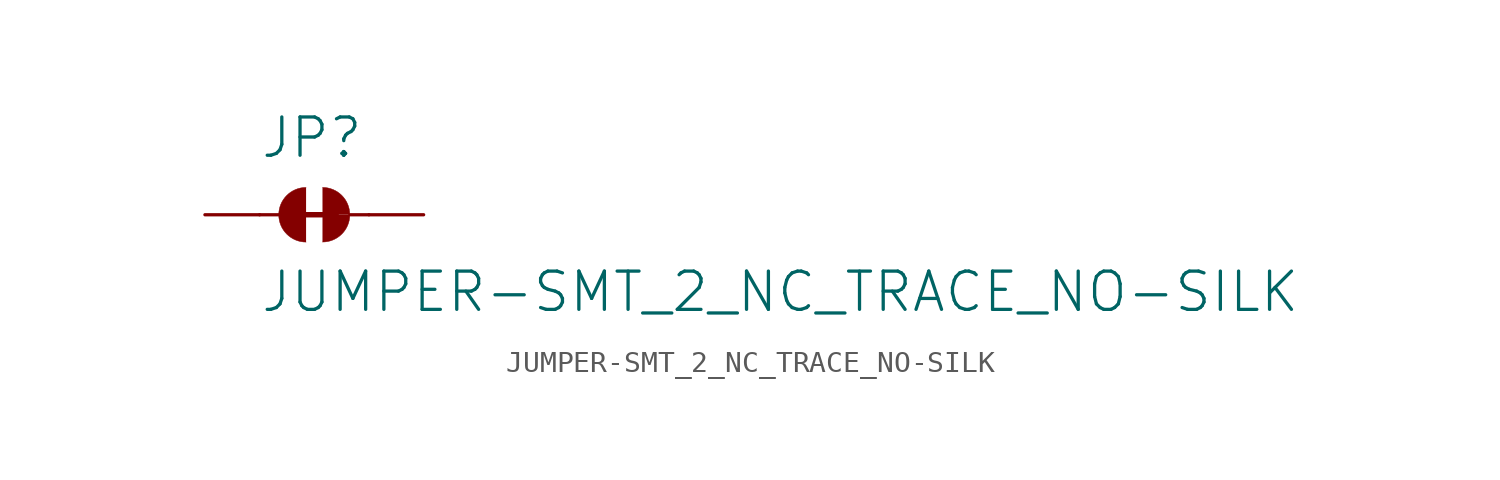
<source format=kicad_sym>
(kicad_symbol_lib
  (version 20211014)
  (generator kicad_symbol_editor)
  (symbol "JUMPER-SMT_2_NC_TRACE_NO-SILK"
    (property "Reference" "JP"
      (at -2.54 2.54 0)
      (effects (font (size 1.778 1.778)) (justify left bottom)))
    (property "Value" "JUMPER-SMT_2_NC_TRACE_NO-SILK"
      (at -2.54 -2.54 0)
      (effects (font (size 1.778 1.778)) (justify left top)))
    (property "ki_locked" ""
      (at 0 0 0)
      (effects (font (size 1.27 1.27))))
    (symbol "JUMPER-SMT_2_NC_TRACE_NO-SILK_1_0"
      (arc (start -0.381 1.2699) (mid -1.6508 0) (end -0.381 -1.2699) (stroke (width 0.0001) (type default) (color 0 0 0 0)) (fill (type outline)))
      (polyline (pts (xy -2.54 0) (xy -1.651 0)) (stroke (width 0.152) (type default) (color 0 0 0 0)) (fill (type none)))
      (polyline (pts (xy -0.762 0) (xy 1.016 0)) (stroke (width 0.254) (type default) (color 0 0 0 0)) (fill (type none)))
      (polyline (pts (xy 2.54 0) (xy 1.651 0)) (stroke (width 0.152) (type default) (color 0 0 0 0)) (fill (type none)))
      (arc (start 0.381 -1.2698) (mid 1.2788 -0.8978) (end 1.6509 0) (stroke (width 0.0001) (type default) (color 0 0 0 0)) (fill (type outline)))
      (arc (start 1.651 0) (mid 1.2791 0.898) (end 0.381 1.2699) (stroke (width 0.0001) (type default) (color 0 0 0 0)) (fill (type outline)))
      (pin passive line (at -5.08 0 0) (length 2.54) (name "1" (effects (font (size 0 0)))) (number "1" (effects (font (size 0 0)))))
      (pin passive line (at 5.08 0 180) (length 2.54) (name "2" (effects (font (size 0 0)))) (number "2" (effects (font (size 0 0))))))))
</source>
